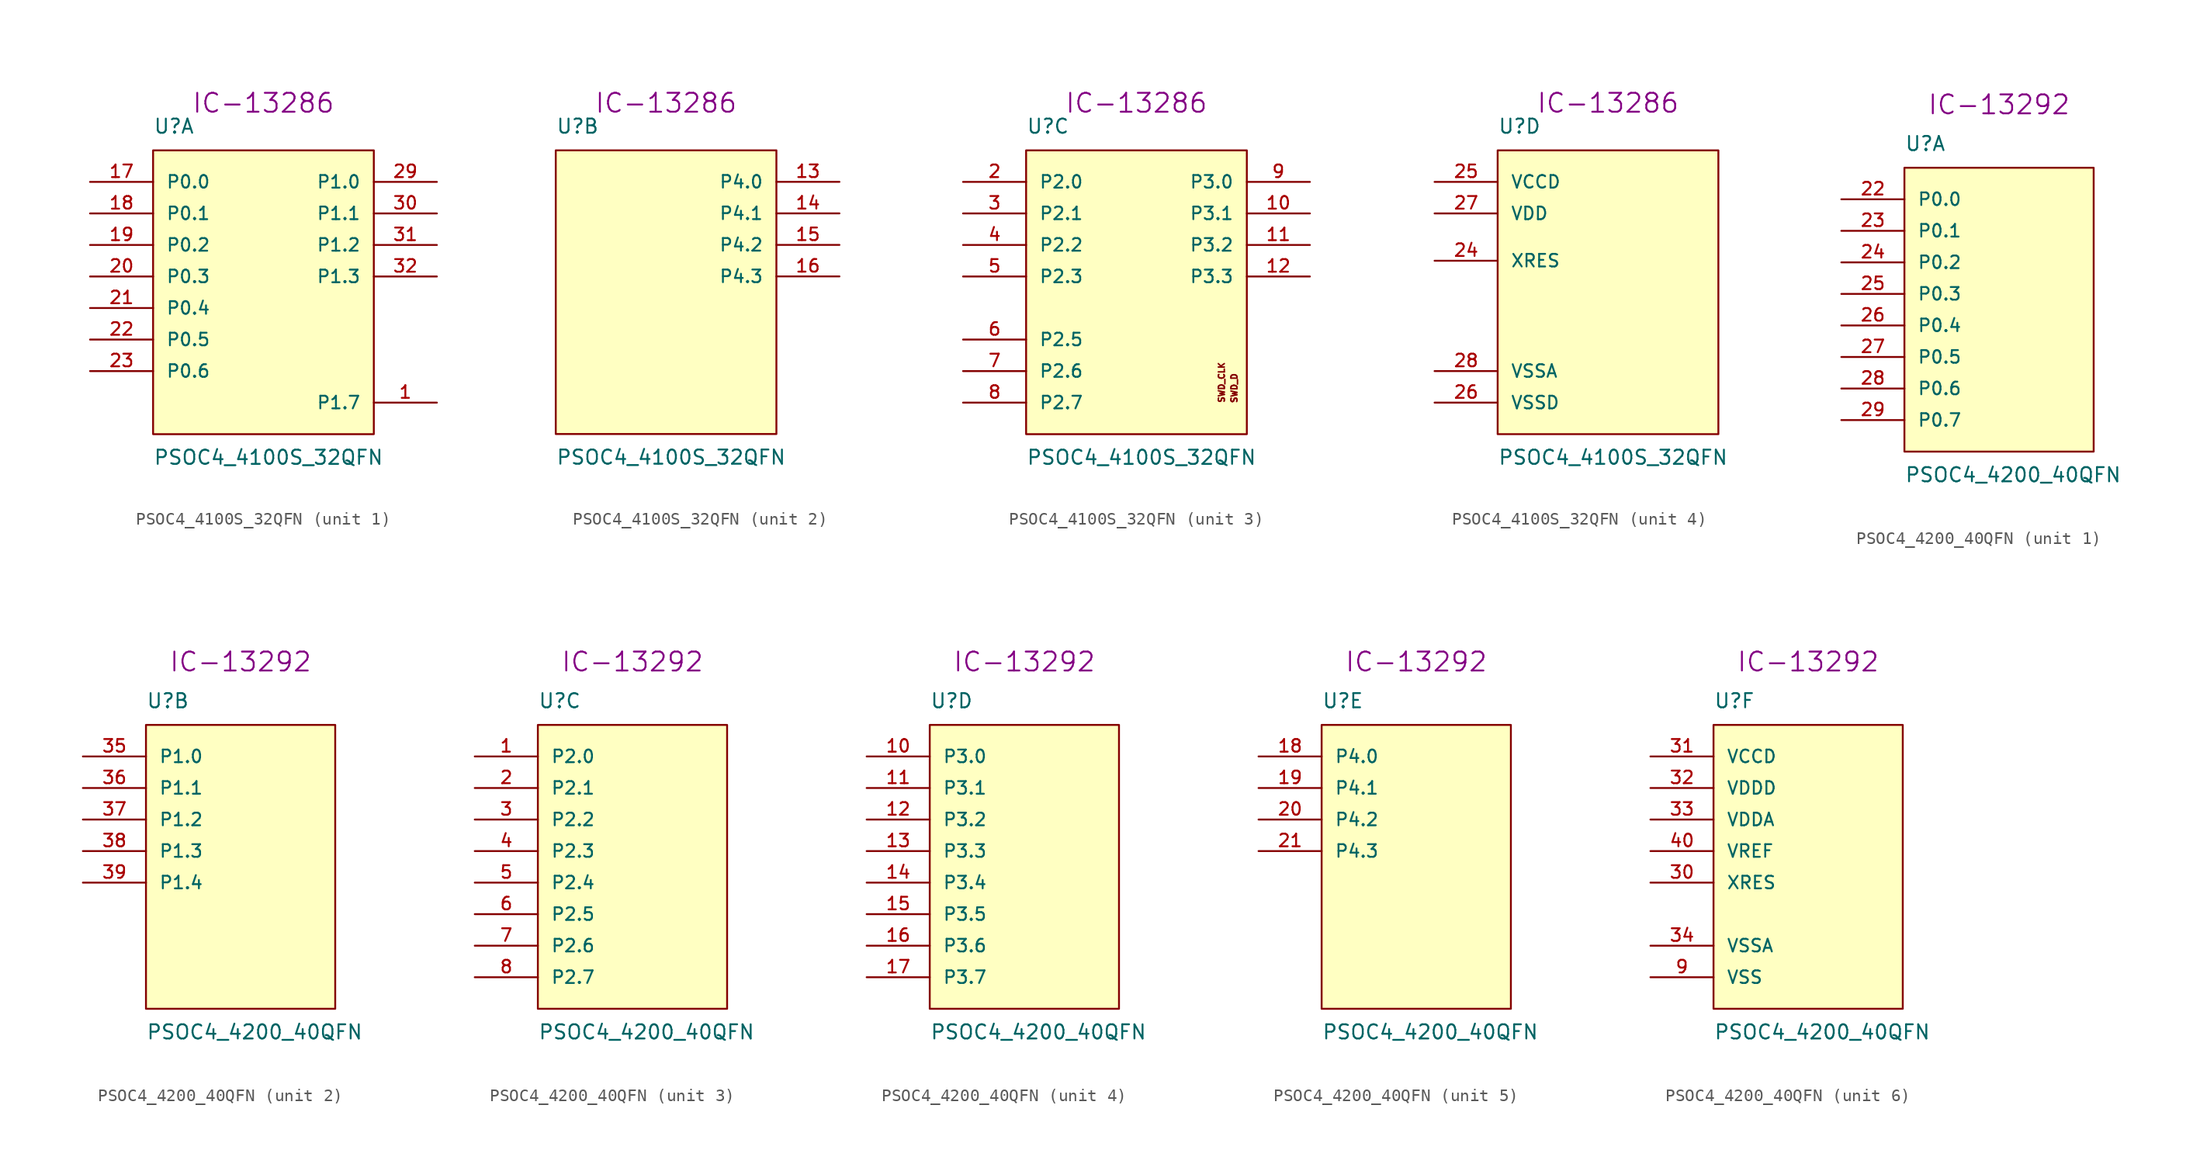
<source format=kicad_sym>
(kicad_symbol_lib
  (version 20220914)
  (generator kicad_symbol_editor)
  (symbol "PSOC4_4100S_32QFN"
    (pin_names
      (offset 1.016))
    (property "Reference" "U"
      (at -8.89 12.7 0)
      (effects (font (size 1.143 1.143)) (justify left bottom)))
    (property "Value" "PSOC4_4100S_32QFN"
      (at -8.89 -13.97 0)
      (effects (font (size 1.143 1.143)) (justify left bottom)))
    (property "Field4" "IC-13286"
      (at 0 15.24 0)
      (effects (font (size 1.524 1.524))))
    (property "ki_locked" ""
      (at 0 0 0)
      (effects (font (size 1.27 1.27))))
    (symbol "PSOC4_4100S_32QFN_1_1"
      (polyline (pts (xy -8.89 -11.43) (xy -8.89 11.43) (xy 8.89 11.43) (xy 8.89 -11.43) (xy -8.89 -11.43)) (stroke (width 0) (type solid)) (fill (type background)))
      (pin bidirectional line (at 13.97 -8.89 180) (length 5.08) (name "P1.7" (effects (font (size 1.016 1.016)))) (number "1" (effects (font (size 1.016 1.016)))))
      (pin bidirectional line (at -13.97 8.89 0) (length 5.08) (name "P0.0" (effects (font (size 1.016 1.016)))) (number "17" (effects (font (size 1.016 1.016)))))
      (pin bidirectional line (at -13.97 6.35 0) (length 5.08) (name "P0.1" (effects (font (size 1.016 1.016)))) (number "18" (effects (font (size 1.016 1.016)))))
      (pin bidirectional line (at -13.97 3.81 0) (length 5.08) (name "P0.2" (effects (font (size 1.016 1.016)))) (number "19" (effects (font (size 1.016 1.016)))))
      (pin bidirectional line (at -13.97 1.27 0) (length 5.08) (name "P0.3" (effects (font (size 1.016 1.016)))) (number "20" (effects (font (size 1.016 1.016)))))
      (pin bidirectional line (at -13.97 -1.27 0) (length 5.08) (name "P0.4" (effects (font (size 1.016 1.016)))) (number "21" (effects (font (size 1.016 1.016)))))
      (pin bidirectional line (at -13.97 -3.81 0) (length 5.08) (name "P0.5" (effects (font (size 1.016 1.016)))) (number "22" (effects (font (size 1.016 1.016)))))
      (pin bidirectional line (at -13.97 -6.35 0) (length 5.08) (name "P0.6" (effects (font (size 1.016 1.016)))) (number "23" (effects (font (size 1.016 1.016)))))
      (pin bidirectional line (at 13.97 8.89 180) (length 5.08) (name "P1.0" (effects (font (size 1.016 1.016)))) (number "29" (effects (font (size 1.016 1.016)))))
      (pin bidirectional line (at 13.97 6.35 180) (length 5.08) (name "P1.1" (effects (font (size 1.016 1.016)))) (number "30" (effects (font (size 1.016 1.016)))))
      (pin bidirectional line (at 13.97 3.81 180) (length 5.08) (name "P1.2" (effects (font (size 1.016 1.016)))) (number "31" (effects (font (size 1.016 1.016)))))
      (pin bidirectional line (at 13.97 1.27 180) (length 5.08) (name "P1.3" (effects (font (size 1.016 1.016)))) (number "32" (effects (font (size 1.016 1.016))))))
    (symbol "PSOC4_4100S_32QFN_2_1"
      (polyline (pts (xy -8.89 -11.43) (xy -8.89 11.43) (xy 8.89 11.43) (xy 8.89 -11.43) (xy -8.89 -11.43)) (stroke (width 0) (type solid)) (fill (type background)))
      (pin bidirectional line (at 13.97 8.89 180) (length 5.08) (name "P4.0" (effects (font (size 1.016 1.016)))) (number "13" (effects (font (size 1.016 1.016)))))
      (pin bidirectional line (at 13.97 6.35 180) (length 5.08) (name "P4.1" (effects (font (size 1.016 1.016)))) (number "14" (effects (font (size 1.016 1.016)))))
      (pin bidirectional line (at 13.97 3.81 180) (length 5.08) (name "P4.2" (effects (font (size 1.016 1.016)))) (number "15" (effects (font (size 1.016 1.016)))))
      (pin bidirectional line (at 13.97 1.27 180) (length 5.08) (name "P4.3" (effects (font (size 1.016 1.016)))) (number "16" (effects (font (size 1.016 1.016))))))
    (symbol "PSOC4_4100S_32QFN_3_0"
      (text "SWD_CLK" (at 6.858 -7.264 900) (effects (font (size 0.483 0.483))))
      (text "SWD_D" (at 7.874 -7.722 900) (effects (font (size 0.483 0.483)))))
    (symbol "PSOC4_4100S_32QFN_3_1"
      (polyline (pts (xy -8.89 -11.43) (xy -8.89 11.43) (xy 8.89 11.43) (xy 8.89 -11.43) (xy -8.89 -11.43)) (stroke (width 0) (type solid)) (fill (type background)))
      (pin bidirectional line (at 13.97 6.35 180) (length 5.08) (name "P3.1" (effects (font (size 1.016 1.016)))) (number "10" (effects (font (size 1.016 1.016)))))
      (pin bidirectional line (at 13.97 3.81 180) (length 5.08) (name "P3.2" (effects (font (size 1.016 1.016)))) (number "11" (effects (font (size 1.016 1.016)))))
      (pin bidirectional line (at 13.97 1.27 180) (length 5.08) (name "P3.3" (effects (font (size 1.016 1.016)))) (number "12" (effects (font (size 1.016 1.016)))))
      (pin bidirectional line (at -13.97 8.89 0) (length 5.08) (name "P2.0" (effects (font (size 1.016 1.016)))) (number "2" (effects (font (size 1.016 1.016)))))
      (pin bidirectional line (at -13.97 6.35 0) (length 5.08) (name "P2.1" (effects (font (size 1.016 1.016)))) (number "3" (effects (font (size 1.016 1.016)))))
      (pin bidirectional line (at -13.97 3.81 0) (length 5.08) (name "P2.2" (effects (font (size 1.016 1.016)))) (number "4" (effects (font (size 1.016 1.016)))))
      (pin bidirectional line (at -13.97 1.27 0) (length 5.08) (name "P2.3" (effects (font (size 1.016 1.016)))) (number "5" (effects (font (size 1.016 1.016)))))
      (pin bidirectional line (at -13.97 -3.81 0) (length 5.08) (name "P2.5" (effects (font (size 1.016 1.016)))) (number "6" (effects (font (size 1.016 1.016)))))
      (pin bidirectional line (at -13.97 -6.35 0) (length 5.08) (name "P2.6" (effects (font (size 1.016 1.016)))) (number "7" (effects (font (size 1.016 1.016)))))
      (pin bidirectional line (at -13.97 -8.89 0) (length 5.08) (name "P2.7" (effects (font (size 1.016 1.016)))) (number "8" (effects (font (size 1.016 1.016)))))
      (pin bidirectional line (at 13.97 8.89 180) (length 5.08) (name "P3.0" (effects (font (size 1.016 1.016)))) (number "9" (effects (font (size 1.016 1.016))))))
    (symbol "PSOC4_4100S_32QFN_4_1"
      (polyline (pts (xy -8.89 -11.43) (xy -8.89 11.43) (xy 8.89 11.43) (xy 8.89 -11.43) (xy -8.89 -11.43)) (stroke (width 0) (type solid)) (fill (type background)))
      (pin bidirectional line (at -13.97 2.54 0) (length 5.08) (name "XRES" (effects (font (size 1.016 1.016)))) (number "24" (effects (font (size 1.016 1.016)))))
      (pin bidirectional line (at -13.97 8.89 0) (length 5.08) (name "VCCD" (effects (font (size 1.016 1.016)))) (number "25" (effects (font (size 1.016 1.016)))))
      (pin bidirectional line (at -13.97 -8.89 0) (length 5.08) (name "VSSD" (effects (font (size 1.016 1.016)))) (number "26" (effects (font (size 1.016 1.016)))))
      (pin bidirectional line (at -13.97 6.35 0) (length 5.08) (name "VDD" (effects (font (size 1.016 1.016)))) (number "27" (effects (font (size 1.016 1.016)))))
      (pin bidirectional line (at -13.97 -6.35 0) (length 5.08) (name "VSSA" (effects (font (size 1.016 1.016)))) (number "28" (effects (font (size 1.016 1.016)))))
      (pin bidirectional line (at -13.97 -8.89 0) (length 5.08) hide (name "VSSD" (effects (font (size 1.016 1.016)))) (number "EP" (effects (font (size 1.016 1.016)))))))
  (symbol "PSOC4_4200_40QFN"
    (pin_names
      (offset 1.016))
    (property "Reference" "U"
      (at -7.62 12.7 0)
      (effects (font (size 1.143 1.143)) (justify left bottom)))
    (property "Value" "PSOC4_4200_40QFN"
      (at -7.62 -13.97 0)
      (effects (font (size 1.143 1.143)) (justify left bottom)))
    (property "Field4" "IC-13292"
      (at 0 16.51 0)
      (effects (font (size 1.524 1.524))))
    (property "ki_locked" ""
      (at 0 0 0)
      (effects (font (size 1.27 1.27))))
    (symbol "PSOC4_4200_40QFN_1_1"
      (rectangle (start -7.62 11.43) (end 7.62 -11.43) (stroke (width 0) (type solid)) (fill (type background)))
      (pin bidirectional line (at -12.7 8.89 0) (length 5.08) (name "P0.0" (effects (font (size 1.016 1.016)))) (number "22" (effects (font (size 1.016 1.016)))))
      (pin bidirectional line (at -12.7 6.35 0) (length 5.08) (name "P0.1" (effects (font (size 1.016 1.016)))) (number "23" (effects (font (size 1.016 1.016)))))
      (pin bidirectional line (at -12.7 3.81 0) (length 5.08) (name "P0.2" (effects (font (size 1.016 1.016)))) (number "24" (effects (font (size 1.016 1.016)))))
      (pin bidirectional line (at -12.7 1.27 0) (length 5.08) (name "P0.3" (effects (font (size 1.016 1.016)))) (number "25" (effects (font (size 1.016 1.016)))))
      (pin bidirectional line (at -12.7 -1.27 0) (length 5.08) (name "P0.4" (effects (font (size 1.016 1.016)))) (number "26" (effects (font (size 1.016 1.016)))))
      (pin bidirectional line (at -12.7 -3.81 0) (length 5.08) (name "P0.5" (effects (font (size 1.016 1.016)))) (number "27" (effects (font (size 1.016 1.016)))))
      (pin bidirectional line (at -12.7 -6.35 0) (length 5.08) (name "P0.6" (effects (font (size 1.016 1.016)))) (number "28" (effects (font (size 1.016 1.016)))))
      (pin bidirectional line (at -12.7 -8.89 0) (length 5.08) (name "P0.7" (effects (font (size 1.016 1.016)))) (number "29" (effects (font (size 1.016 1.016))))))
    (symbol "PSOC4_4200_40QFN_2_1"
      (rectangle (start -7.62 11.43) (end 7.62 -11.43) (stroke (width 0) (type solid)) (fill (type background)))
      (pin bidirectional line (at -12.7 8.89 0) (length 5.08) (name "P1.0" (effects (font (size 1.016 1.016)))) (number "35" (effects (font (size 1.016 1.016)))))
      (pin bidirectional line (at -12.7 6.35 0) (length 5.08) (name "P1.1" (effects (font (size 1.016 1.016)))) (number "36" (effects (font (size 1.016 1.016)))))
      (pin bidirectional line (at -12.7 3.81 0) (length 5.08) (name "P1.2" (effects (font (size 1.016 1.016)))) (number "37" (effects (font (size 1.016 1.016)))))
      (pin bidirectional line (at -12.7 1.27 0) (length 5.08) (name "P1.3" (effects (font (size 1.016 1.016)))) (number "38" (effects (font (size 1.016 1.016)))))
      (pin bidirectional line (at -12.7 -1.27 0) (length 5.08) (name "P1.4" (effects (font (size 1.016 1.016)))) (number "39" (effects (font (size 1.016 1.016))))))
    (symbol "PSOC4_4200_40QFN_3_1"
      (rectangle (start 7.62 11.43) (end -7.62 -11.43) (stroke (width 0) (type solid)) (fill (type background)))
      (pin bidirectional line (at -12.7 8.89 0) (length 5.08) (name "P2.0" (effects (font (size 1.016 1.016)))) (number "1" (effects (font (size 1.016 1.016)))))
      (pin bidirectional line (at -12.7 6.35 0) (length 5.08) (name "P2.1" (effects (font (size 1.016 1.016)))) (number "2" (effects (font (size 1.016 1.016)))))
      (pin bidirectional line (at -12.7 3.81 0) (length 5.08) (name "P2.2" (effects (font (size 1.016 1.016)))) (number "3" (effects (font (size 1.016 1.016)))))
      (pin bidirectional line (at -12.7 1.27 0) (length 5.08) (name "P2.3" (effects (font (size 1.016 1.016)))) (number "4" (effects (font (size 1.016 1.016)))))
      (pin bidirectional line (at -12.7 -1.27 0) (length 5.08) (name "P2.4" (effects (font (size 1.016 1.016)))) (number "5" (effects (font (size 1.016 1.016)))))
      (pin bidirectional line (at -12.7 -3.81 0) (length 5.08) (name "P2.5" (effects (font (size 1.016 1.016)))) (number "6" (effects (font (size 1.016 1.016)))))
      (pin bidirectional line (at -12.7 -6.35 0) (length 5.08) (name "P2.6" (effects (font (size 1.016 1.016)))) (number "7" (effects (font (size 1.016 1.016)))))
      (pin bidirectional line (at -12.7 -8.89 0) (length 5.08) (name "P2.7" (effects (font (size 1.016 1.016)))) (number "8" (effects (font (size 1.016 1.016))))))
    (symbol "PSOC4_4200_40QFN_4_1"
      (rectangle (start 7.62 -11.43) (end -7.62 11.43) (stroke (width 0) (type solid)) (fill (type background)))
      (pin bidirectional line (at -12.7 8.89 0) (length 5.08) (name "P3.0" (effects (font (size 1.016 1.016)))) (number "10" (effects (font (size 1.016 1.016)))))
      (pin bidirectional line (at -12.7 6.35 0) (length 5.08) (name "P3.1" (effects (font (size 1.016 1.016)))) (number "11" (effects (font (size 1.016 1.016)))))
      (pin bidirectional line (at -12.7 3.81 0) (length 5.08) (name "P3.2" (effects (font (size 1.016 1.016)))) (number "12" (effects (font (size 1.016 1.016)))))
      (pin bidirectional line (at -12.7 1.27 0) (length 5.08) (name "P3.3" (effects (font (size 1.016 1.016)))) (number "13" (effects (font (size 1.016 1.016)))))
      (pin bidirectional line (at -12.7 -1.27 0) (length 5.08) (name "P3.4" (effects (font (size 1.016 1.016)))) (number "14" (effects (font (size 1.016 1.016)))))
      (pin bidirectional line (at -12.7 -3.81 0) (length 5.08) (name "P3.5" (effects (font (size 1.016 1.016)))) (number "15" (effects (font (size 1.016 1.016)))))
      (pin bidirectional line (at -12.7 -6.35 0) (length 5.08) (name "P3.6" (effects (font (size 1.016 1.016)))) (number "16" (effects (font (size 1.016 1.016)))))
      (pin bidirectional line (at -12.7 -8.89 0) (length 5.08) (name "P3.7" (effects (font (size 1.016 1.016)))) (number "17" (effects (font (size 1.016 1.016))))))
    (symbol "PSOC4_4200_40QFN_5_1"
      (rectangle (start -7.62 11.43) (end 7.62 -11.43) (stroke (width 0) (type solid)) (fill (type background)))
      (pin bidirectional line (at -12.7 8.89 0) (length 5.08) (name "P4.0" (effects (font (size 1.016 1.016)))) (number "18" (effects (font (size 1.016 1.016)))))
      (pin bidirectional line (at -12.7 6.35 0) (length 5.08) (name "P4.1" (effects (font (size 1.016 1.016)))) (number "19" (effects (font (size 1.016 1.016)))))
      (pin bidirectional line (at -12.7 3.81 0) (length 5.08) (name "P4.2" (effects (font (size 1.016 1.016)))) (number "20" (effects (font (size 1.016 1.016)))))
      (pin bidirectional line (at -12.7 1.27 0) (length 5.08) (name "P4.3" (effects (font (size 1.016 1.016)))) (number "21" (effects (font (size 1.016 1.016))))))
    (symbol "PSOC4_4200_40QFN_6_1"
      (rectangle (start -7.62 11.43) (end 7.62 -11.43) (stroke (width 0) (type solid)) (fill (type background)))
      (pin bidirectional line (at -12.7 -1.27 0) (length 5.08) (name "XRES" (effects (font (size 1.016 1.016)))) (number "30" (effects (font (size 1.016 1.016)))))
      (pin bidirectional line (at -12.7 8.89 0) (length 5.08) (name "VCCD" (effects (font (size 1.016 1.016)))) (number "31" (effects (font (size 1.016 1.016)))))
      (pin bidirectional line (at -12.7 6.35 0) (length 5.08) (name "VDDD" (effects (font (size 1.016 1.016)))) (number "32" (effects (font (size 1.016 1.016)))))
      (pin bidirectional line (at -12.7 3.81 0) (length 5.08) (name "VDDA" (effects (font (size 1.016 1.016)))) (number "33" (effects (font (size 1.016 1.016)))))
      (pin bidirectional line (at -12.7 -6.35 0) (length 5.08) (name "VSSA" (effects (font (size 1.016 1.016)))) (number "34" (effects (font (size 1.016 1.016)))))
      (pin bidirectional line (at -12.7 1.27 0) (length 5.08) (name "VREF" (effects (font (size 1.016 1.016)))) (number "40" (effects (font (size 1.016 1.016)))))
      (pin bidirectional line (at -12.7 -8.89 0) (length 5.08) (name "VSS" (effects (font (size 1.016 1.016)))) (number "9" (effects (font (size 1.016 1.016)))))
      (pin bidirectional line (at -12.7 -8.89 0) (length 5.08) hide (name "VSS" (effects (font (size 1.016 1.016)))) (number "EP" (effects (font (size 1.016 1.016))))))))
</source>
